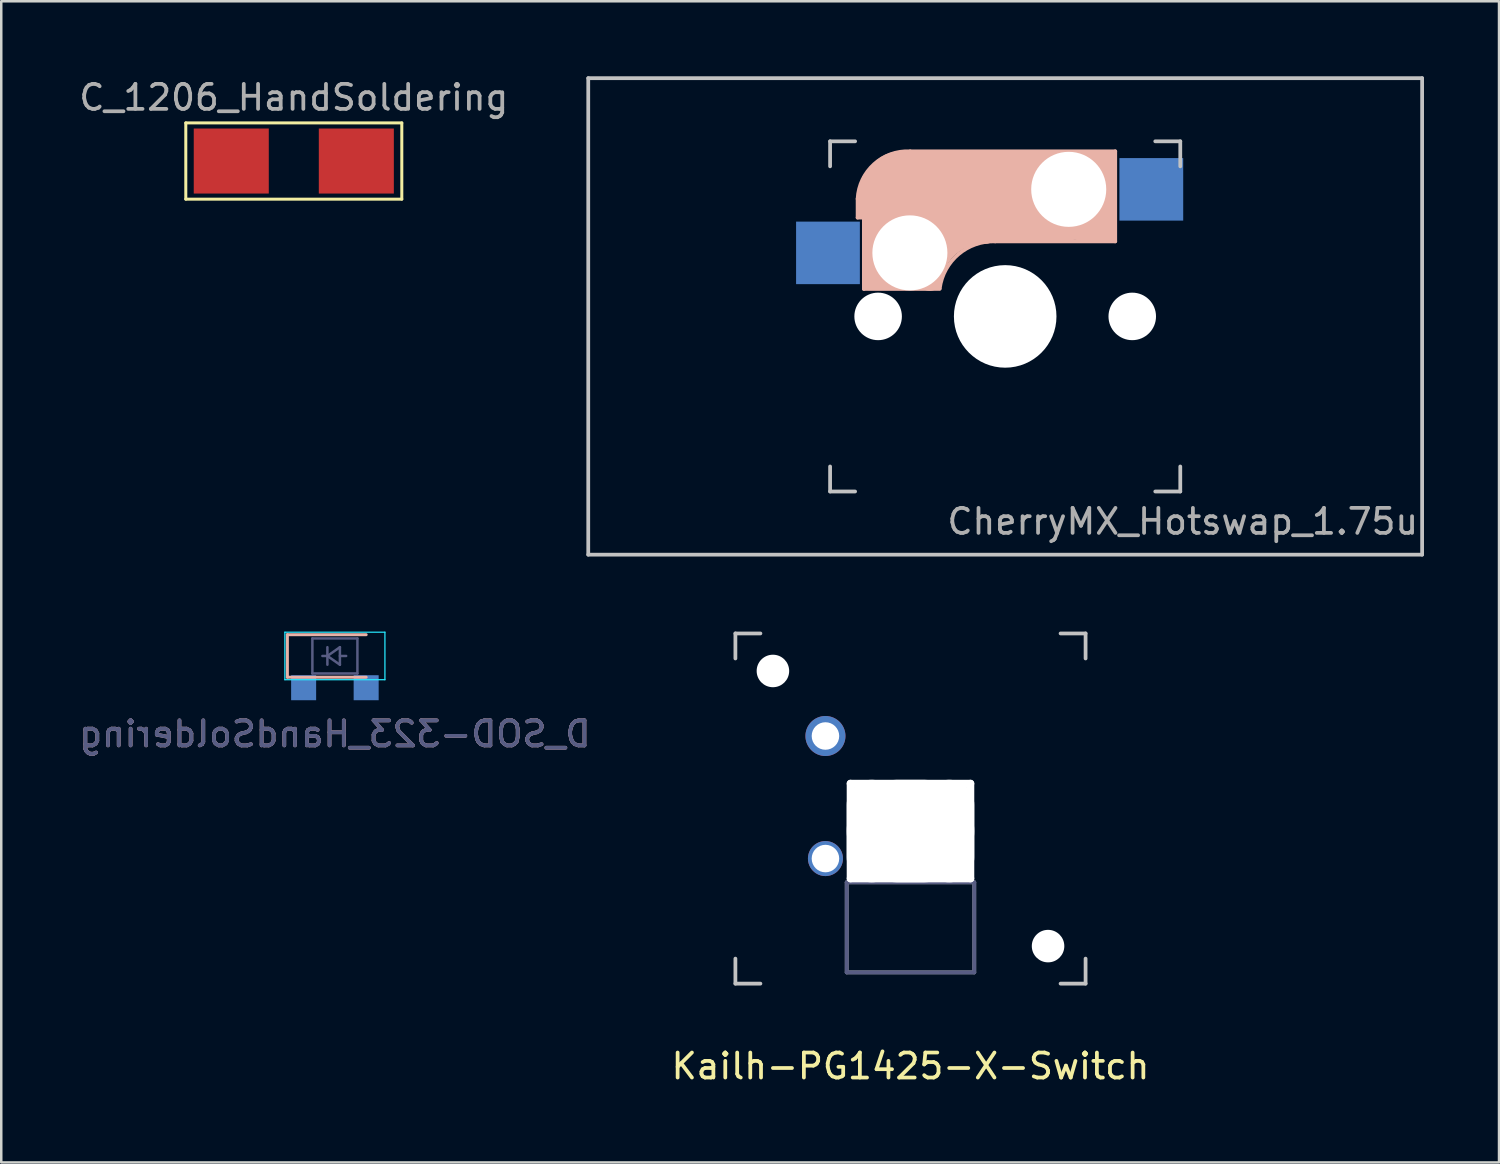
<source format=kicad_pcb>
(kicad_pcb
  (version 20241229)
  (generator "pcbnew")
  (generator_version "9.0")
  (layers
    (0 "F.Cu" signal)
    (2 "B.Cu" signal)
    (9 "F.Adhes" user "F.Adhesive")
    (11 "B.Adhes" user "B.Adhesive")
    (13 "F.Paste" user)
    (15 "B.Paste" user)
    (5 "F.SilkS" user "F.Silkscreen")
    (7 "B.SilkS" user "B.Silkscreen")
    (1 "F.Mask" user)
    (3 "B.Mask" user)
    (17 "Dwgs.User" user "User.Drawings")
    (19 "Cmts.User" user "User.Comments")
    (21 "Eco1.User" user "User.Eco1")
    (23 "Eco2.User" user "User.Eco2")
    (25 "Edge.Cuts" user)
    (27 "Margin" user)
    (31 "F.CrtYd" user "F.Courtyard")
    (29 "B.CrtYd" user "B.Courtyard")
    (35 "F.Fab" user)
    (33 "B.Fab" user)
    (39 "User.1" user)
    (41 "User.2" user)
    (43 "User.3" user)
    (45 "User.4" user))
  (footprint "C_1206_HandSoldering"
    (layer "F.Cu")
    (at 8.696 3.388)
    (property "Reference" "C_1206_HandSoldering" (at 0 -2.54 0) (layer "F.Fab") (effects (font (size 1 1) (thickness 0.15))))
    (attr smd)
    (fp_line (start -4.318 -1.524) (end -4.318 1.524) (stroke (width 0.12) (type solid)) (layer "F.SilkS"))
    (fp_line (start -4.318 1.524) (end 4.318 1.524) (stroke (width 0.12) (type solid)) (layer "F.SilkS"))
    (fp_line (start 4.318 -1.524) (end -4.318 -1.524) (stroke (width 0.12) (type solid)) (layer "F.SilkS"))
    (fp_line (start 4.318 1.524) (end 4.318 -1.524) (stroke (width 0.12) (type solid)) (layer "F.SilkS"))
    (pad "1" smd rect (at -2.5 0) (size 3 2.6) (layers "F.Cu" "F.Mask" "F.Paste"))
    (pad "2" smd rect (at 2.5 0) (size 3 2.6) (layers "F.Cu" "F.Mask" "F.Paste")))
  (footprint "D_SOD-323_HandSoldering"
    (layer "F.Cu")
    (at 10.339 23.175)
    (property "Reference" "D_SOD-323_HandSoldering" (at 0 3.12 0) (layer "B.SilkS") (effects (font (size 1 1) (thickness 0.15)) (justify mirror)))
    (attr smd)
    (fp_line (start -1.9 -0.85) (end 1.25 -0.85) (stroke (width 0.12) (type solid)) (layer "B.SilkS"))
    (fp_line (start -1.9 0.85) (end -1.9 -0.85) (stroke (width 0.12) (type solid)) (layer "B.SilkS"))
    (fp_line (start -1.9 0.85) (end 1.25 0.85) (stroke (width 0.12) (type solid)) (layer "B.SilkS"))
    (fp_line (start -2 -0.95) (end 2 -0.95) (stroke (width 0.05) (type solid)) (layer "B.CrtYd"))
    (fp_line (start -2 0.95) (end -2 -0.95) (stroke (width 0.05) (type solid)) (layer "B.CrtYd"))
    (fp_line (start -2 0.95) (end 2 0.95) (stroke (width 0.05) (type solid)) (layer "B.CrtYd"))
    (fp_line (start 2 0.95) (end 2 -0.95) (stroke (width 0.05) (type solid)) (layer "B.CrtYd"))
    (fp_line (start -0.9 -0.7) (end -0.9 0.7) (stroke (width 0.1) (type solid)) (layer "B.Fab"))
    (fp_line (start -0.9 0.7) (end 0.9 0.7) (stroke (width 0.1) (type solid)) (layer "B.Fab"))
    (fp_line (start -0.3 0) (end -0.5 0) (stroke (width 0.1) (type solid)) (layer "B.Fab"))
    (fp_line (start -0.3 0) (end 0.2 0.35) (stroke (width 0.1) (type solid)) (layer "B.Fab"))
    (fp_line (start -0.3 0.35) (end -0.3 -0.35) (stroke (width 0.1) (type solid)) (layer "B.Fab"))
    (fp_line (start 0.2 -0.35) (end -0.3 0) (stroke (width 0.1) (type solid)) (layer "B.Fab"))
    (fp_line (start 0.2 0) (end 0.45 0) (stroke (width 0.1) (type solid)) (layer "B.Fab"))
    (fp_line (start 0.2 0.35) (end 0.2 -0.35) (stroke (width 0.1) (type solid)) (layer "B.Fab"))
    (fp_line (start 0.9 -0.7) (end -0.9 -0.7) (stroke (width 0.1) (type solid)) (layer "B.Fab"))
    (fp_line (start 0.9 0.7) (end 0.9 -0.7) (stroke (width 0.1) (type solid)) (layer "B.Fab"))
    (fp_text user "${REFERENCE}" (at 0 3.12 0) (layer "B.Fab") (effects (font (size 1 1) (thickness 0.15)) (justify mirror)))
    (pad "1" smd rect (at -1.25 1.27) (size 1 1) (layers "B.Cu" "B.Mask" "B.Paste"))
    (pad "2" smd rect (at 1.25 1.27) (size 1 1) (layers "B.Cu" "B.Mask" "B.Paste")))
  (footprint "CherryMX_Hotswap_1.75u"
    (layer "F.Cu")
    (at 37.137 9.6)
    (property "Reference" "CherryMX_Hotswap_1.75u" (at 7.1 8.2 0) (layer "F.Fab") (effects (font (size 1 1) (thickness 0.15))))
    (attr through_hole)
    (fp_line (start -5.9 -4.7) (end -5.9 -3.95) (stroke (width 0.15) (type solid)) (layer "B.SilkS"))
    (fp_line (start -5.9 -3.95) (end -5.7 -3.95) (stroke (width 0.15) (type solid)) (layer "B.SilkS"))
    (fp_line (start -5.8 -4.05) (end -5.8 -4.7) (stroke (width 0.3) (type solid)) (layer "B.SilkS"))
    (fp_line (start -5.65 -5.55) (end -5.65 -1.1) (stroke (width 0.15) (type solid)) (layer "B.SilkS"))
    (fp_line (start -5.65 -1.1) (end -2.62 -1.1) (stroke (width 0.15) (type solid)) (layer "B.SilkS"))
    (fp_line (start -5.45 -1.3) (end -3 -1.3) (stroke (width 0.5) (type solid)) (layer "B.SilkS"))
    (fp_line (start -5.3 -1.6) (end -5.3 -3.4) (stroke (width 0.8) (type solid)) (layer "B.SilkS"))
    (fp_line (start -4.17 -5.1) (end -4.17 -2.86) (stroke (width 3) (type solid)) (layer "B.SilkS"))
    (fp_line (start -0.4 -3) (end 4.4 -3) (stroke (width 0.15) (type solid)) (layer "B.SilkS"))
    (fp_line (start 2.6 -4.8) (end -4.1 -4.8) (stroke (width 3.5) (type solid)) (layer "B.SilkS"))
    (fp_line (start 3.9 -6) (end 3.9 -3.5) (stroke (width 1) (type solid)) (layer "B.SilkS"))
    (fp_line (start 4.2 -3.25) (end 2.9 -3.3) (stroke (width 0.5) (type solid)) (layer "B.SilkS"))
    (fp_line (start 4.25 -6.4) (end 3 -6.4) (stroke (width 0.4) (type solid)) (layer "B.SilkS"))
    (fp_line (start 4.38 -4) (end 4.38 -6.25) (stroke (width 0.15) (type solid)) (layer "B.SilkS"))
    (fp_line (start 4.4 -6.6) (end -3.8 -6.6) (stroke (width 0.15) (type solid)) (layer "B.SilkS"))
    (fp_line (start 4.4 -3) (end 4.4 -6.6) (stroke (width 0.15) (type solid)) (layer "B.SilkS"))
    (fp_arc (start -5.9 -4.699999) (mid -5.243504 -6.084924) (end -3.800001 -6.6) (stroke (width 0.15) (type solid)) (layer "B.SilkS"))
    (fp_arc (start -3.016318 -1.521471) (mid -2.268709 -2.886118) (end -0.8 -3.4) (stroke (width 1) (type solid)) (layer "B.SilkS"))
    (fp_arc (start -2.616318 -1.121471) (mid -1.868709 -2.486118) (end -0.4 -3) (stroke (width 0.15) (type solid)) (layer "B.SilkS"))
    (fp_line (start -16.669 -9.525) (end 16.669 -9.525) (stroke (width 0.15) (type solid)) (layer "Dwgs.User"))
    (fp_line (start -16.669 9.525) (end -16.669 -9.525) (stroke (width 0.15) (type solid)) (layer "Dwgs.User"))
    (fp_line (start -7 -7) (end -6 -7) (stroke (width 0.15) (type solid)) (layer "Dwgs.User"))
    (fp_line (start -7 -6) (end -7 -7) (stroke (width 0.15) (type solid)) (layer "Dwgs.User"))
    (fp_line (start -7 6) (end -7 7) (stroke (width 0.15) (type solid)) (layer "Dwgs.User"))
    (fp_line (start -7 7) (end -6 7) (stroke (width 0.15) (type solid)) (layer "Dwgs.User"))
    (fp_line (start 6 7) (end 7 7) (stroke (width 0.15) (type solid)) (layer "Dwgs.User"))
    (fp_line (start 7 -7) (end 6 -7) (stroke (width 0.15) (type solid)) (layer "Dwgs.User"))
    (fp_line (start 7 -7) (end 7 -6) (stroke (width 0.15) (type solid)) (layer "Dwgs.User"))
    (fp_line (start 7 7) (end 7 6) (stroke (width 0.15) (type solid)) (layer "Dwgs.User"))
    (fp_line (start 16.669 -9.525) (end 16.669 9.525) (stroke (width 0.15) (type solid)) (layer "Dwgs.User"))
    (fp_line (start 16.669 9.525) (end -16.669 9.525) (stroke (width 0.15) (type solid)) (layer "Dwgs.User"))
    (pad "" np_thru_hole circle (at -5.08 0) (size 1.9 1.9) (drill 1.9) (layers "*.Cu" "*.Mask"))
    (pad "" np_thru_hole circle (at -3.81 -2.54) (size 3 3) (drill 3) (layers "*.Cu" "*.Mask"))
    (pad "" np_thru_hole circle (at 0 0 90) (size 4.1 4.1) (drill 4.1) (layers "*.Cu" "*.Mask"))
    (pad "" np_thru_hole circle (at 2.54 -5.08) (size 3 3) (drill 3) (layers "*.Cu" "*.Mask"))
    (pad "" np_thru_hole circle (at 5.08 0) (size 1.9 1.9) (drill 1.9) (layers "*.Cu" "*.Mask"))
    (pad "1" smd rect (at -7.085 -2.54 180) (size 2.55 2.5) (layers "B.Cu" "B.Mask" "B.Paste"))
    (pad "2" smd rect (at 5.842 -5.08 180) (size 2.55 2.5) (layers "B.Cu" "B.Mask" "B.Paste")))
  (footprint "Kailh-PG1425-X-Switch"
    (layer "F.Cu")
    (at 33.351 29.275)
    (property "Reference" "Kailh-PG1425-X-Switch" (at 0 10.3 0) (layer "F.SilkS") (effects (font (size 1 1) (thickness 0.15))))
    (attr through_hole)
    (fp_line (start -7 -7) (end -6 -7) (stroke (width 0.15) (type solid)) (layer "Dwgs.User"))
    (fp_line (start -7 -6) (end -7 -7) (stroke (width 0.15) (type solid)) (layer "Dwgs.User"))
    (fp_line (start -7 6) (end -7 7) (stroke (width 0.15) (type solid)) (layer "Dwgs.User"))
    (fp_line (start -7 7) (end -6 7) (stroke (width 0.15) (type solid)) (layer "Dwgs.User"))
    (fp_line (start 6 7) (end 7 7) (stroke (width 0.15) (type solid)) (layer "Dwgs.User"))
    (fp_line (start 7 -7) (end 6 -7) (stroke (width 0.15) (type solid)) (layer "Dwgs.User"))
    (fp_line (start 7 -7) (end 7 -6) (stroke (width 0.15) (type solid)) (layer "Dwgs.User"))
    (fp_line (start 7 7) (end 7 6) (stroke (width 0.15) (type solid)) (layer "Dwgs.User"))
    (fp_line (start -2.55 2.95) (end 2.55 2.95) (stroke (width 0.15) (type solid)) (layer "B.Fab"))
    (fp_line (start -2.55 6.55) (end -2.55 2.95) (stroke (width 0.15) (type solid)) (layer "B.Fab"))
    (fp_line (start 2.55 2.95) (end 2.55 6.55) (stroke (width 0.15) (type solid)) (layer "B.Fab"))
    (fp_line (start 2.55 6.55) (end -2.55 6.55) (stroke (width 0.15) (type solid)) (layer "B.Fab"))
    (fp_line (start -2.55 2.95) (end -2.55 6.55) (stroke (width 0.15) (type solid)) (layer "F.Fab"))
    (fp_line (start -2.55 6.55) (end 2.55 6.55) (stroke (width 0.15) (type solid)) (layer "F.Fab"))
    (fp_line (start 2.55 2.95) (end -2.55 2.95) (stroke (width 0.15) (type solid)) (layer "F.Fab"))
    (fp_line (start 2.55 6.55) (end 2.55 2.95) (stroke (width 0.15) (type solid)) (layer "F.Fab"))
    (pad "" np_thru_hole circle (at -5.5 -5.5 180) (size 1.3 1.3) (drill 1.3) (layers "*.Cu" "*.Mask"))
    (pad "" np_thru_hole oval (at -2.4 0.9) (size 0.3 4.1) (drill oval 0.3 4.1) (layers "*.Cu" "*.Mask"))
    (pad "" np_thru_hole oval (at -1.55 0.9) (size 2 4.1) (drill oval 2 4.1) (layers "*.Cu" "*.Mask"))
    (pad "" np_thru_hole oval (at 0 -1) (size 5.1 0.3) (drill oval 5.1 0.3) (layers "*.Cu" "*.Mask"))
    (pad "" np_thru_hole oval (at 0 0.9) (size 5.1 4.1) (drill oval 5.1 4.1) (layers "*.Cu" "*.Mask"))
    (pad "" np_thru_hole oval (at 0 2.8) (size 5.1 0.3) (drill oval 5.1 0.3) (layers "*.Cu" "*.Mask"))
    (pad "" np_thru_hole oval (at 1.55 0.9) (size 2 4.1) (drill oval 2 4.1) (layers "*.Cu" "*.Mask"))
    (pad "" np_thru_hole oval (at 2.4 0.9) (size 0.3 4.1) (drill oval 0.3 4.1) (layers "*.Cu" "*.Mask"))
    (pad "" np_thru_hole circle (at 5.5 5.5 180) (size 1.3 1.3) (drill 1.3) (layers "*.Cu" "*.Mask"))
    (pad "1" thru_hole circle (at -3.4 -2.9 180) (size 1.6 1.6) (drill 1.1) (layers "*.Cu" "*.Mask"))
    (pad "2" thru_hole circle (at -3.4 2 180) (size 1.4 1.4) (drill 1.1) (layers "*.Cu" "*.Mask")))
  (gr_rect
    (start -3 -3)
    (end 56.88 43.423)
    (stroke (width 0.1) (type default))
    (fill no)
    (layer "Edge.Cuts")))
</source>
